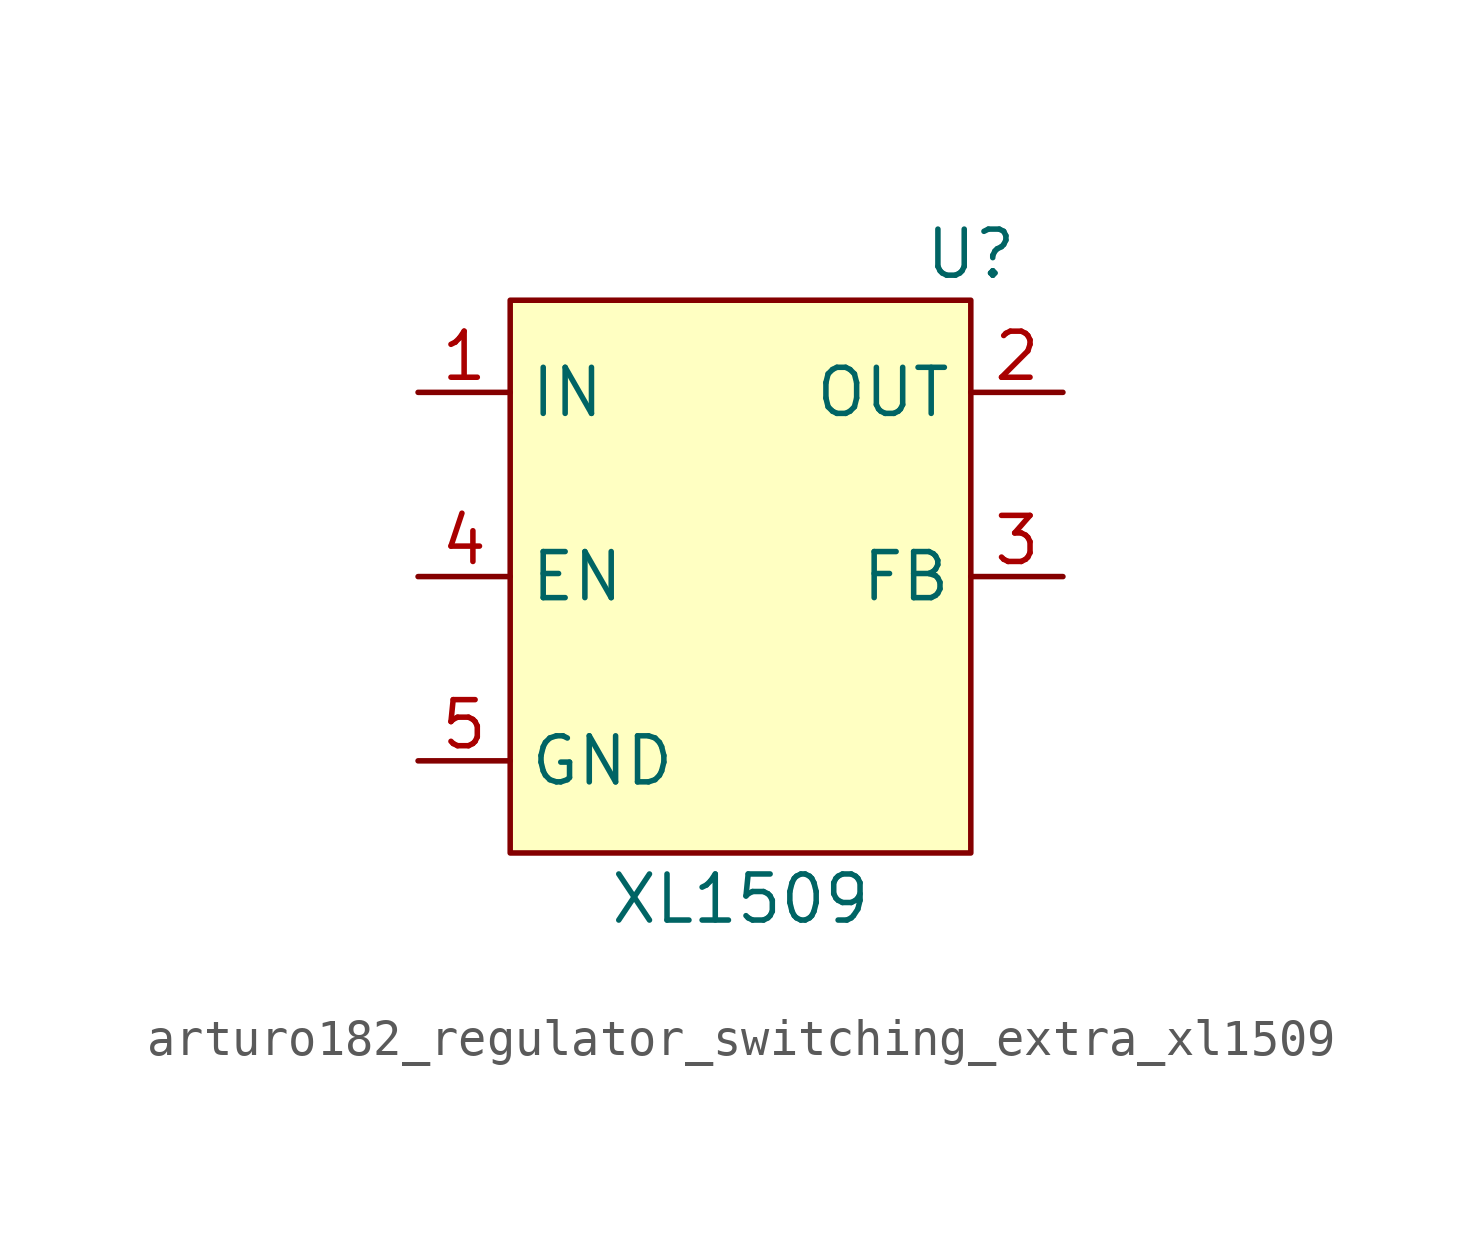
<source format=kicad_sym>
(kicad_symbol_lib
  (version 20220914)
  (generator kicad_symbol_editor)
  (symbol "Regulator_Switching_Extra:arturo182_regulator_switching_extra_xl1509"
    (property "Reference" "U"
      (at 6.35 8.89 0)
      (effects (font (size 1.27 1.27))))
    (property "Value" "XL1509"
      (at 0 -8.89 0)
      (effects (font (size 1.27 1.27))))
    (symbol "arturo182_regulator_switching_extra_xl1509_0_0"
      (pin passive line (at -8.89 -5.08 0) (length 2.54) hide (name "GND" (effects (font (size 1.27 1.27)))) (number "6" (effects (font (size 1.27 1.27)))))
      (pin passive line (at -8.89 -5.08 0) (length 2.54) hide (name "GND" (effects (font (size 1.27 1.27)))) (number "7" (effects (font (size 1.27 1.27)))))
      (pin passive line (at -8.89 -5.08 0) (length 2.54) hide (name "GND" (effects (font (size 1.27 1.27)))) (number "8" (effects (font (size 1.27 1.27))))))
    (symbol "arturo182_regulator_switching_extra_xl1509_0_1"
      (rectangle (start -6.35 7.62) (end 6.35 -7.62) (stroke (width 0)) (fill (type background))))
    (symbol "arturo182_regulator_switching_extra_xl1509_1_1"
      (pin power_in line (at -8.89 5.08 0) (length 2.54) (name "IN" (effects (font (size 1.27 1.27)))) (number "1" (effects (font (size 1.27 1.27)))))
      (pin power_out line (at 8.89 5.08 180) (length 2.54) (name "OUT" (effects (font (size 1.27 1.27)))) (number "2" (effects (font (size 1.27 1.27)))))
      (pin input line (at 8.89 0 180) (length 2.54) (name "FB" (effects (font (size 1.27 1.27)))) (number "3" (effects (font (size 1.27 1.27)))))
      (pin input line (at -8.89 0 0) (length 2.54) (name "EN" (effects (font (size 1.27 1.27)))) (number "4" (effects (font (size 1.27 1.27)))))
      (pin power_in line (at -8.89 -5.08 0) (length 2.54) (name "GND" (effects (font (size 1.27 1.27)))) (number "5" (effects (font (size 1.27 1.27))))))))
</source>
